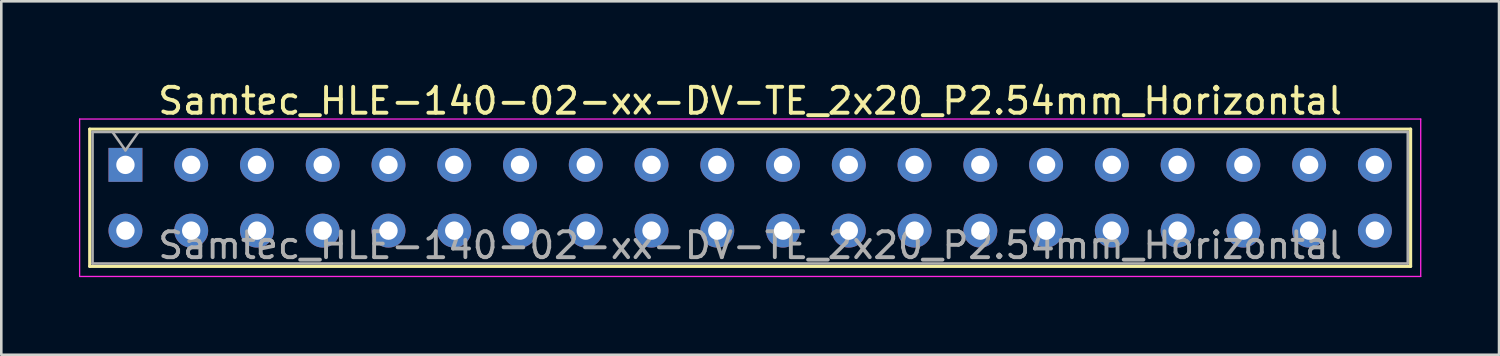
<source format=kicad_pcb>
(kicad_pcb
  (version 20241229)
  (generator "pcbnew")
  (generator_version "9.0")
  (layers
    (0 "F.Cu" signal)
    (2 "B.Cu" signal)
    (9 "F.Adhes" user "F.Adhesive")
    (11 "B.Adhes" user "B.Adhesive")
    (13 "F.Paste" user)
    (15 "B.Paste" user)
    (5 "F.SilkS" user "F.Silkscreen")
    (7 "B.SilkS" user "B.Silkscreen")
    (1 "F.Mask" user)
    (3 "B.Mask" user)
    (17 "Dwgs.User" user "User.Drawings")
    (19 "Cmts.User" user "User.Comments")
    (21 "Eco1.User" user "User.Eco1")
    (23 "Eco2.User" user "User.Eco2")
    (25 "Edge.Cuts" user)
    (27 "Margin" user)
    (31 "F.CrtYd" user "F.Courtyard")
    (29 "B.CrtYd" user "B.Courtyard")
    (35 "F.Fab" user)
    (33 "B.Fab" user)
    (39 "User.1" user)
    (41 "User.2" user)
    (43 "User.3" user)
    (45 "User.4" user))
  (footprint "Samtec_HLE-140-02-xx-DV-TE_2x20_P2.54mm_Horizontal"
    (layer "F.Cu")
    (at 1.795 3.318)
    (property "Reference" "Samtec_HLE-140-02-xx-DV-TE_2x20_P2.54mm_Horizontal" (at 24.13 -2.47 0) (layer "F.SilkS") (effects (font (size 1 1) (thickness 0.15))))
    (attr through_hole)
    (fp_line (start -1.38 -1.38) (end 49.64 -1.38) (stroke (width 0.12) (type solid)) (layer "F.SilkS"))
    (fp_line (start -1.38 3.92) (end -1.38 -1.38) (stroke (width 0.12) (type solid)) (layer "F.SilkS"))
    (fp_line (start 49.64 -1.38) (end 49.64 3.92) (stroke (width 0.12) (type solid)) (layer "F.SilkS"))
    (fp_line (start 49.64 3.92) (end -1.38 3.92) (stroke (width 0.12) (type solid)) (layer "F.SilkS"))
    (fp_line (start -1.77 -1.77) (end 50.03 -1.77) (stroke (width 0.05) (type solid)) (layer "F.CrtYd"))
    (fp_line (start -1.77 4.31) (end -1.77 -1.77) (stroke (width 0.05) (type solid)) (layer "F.CrtYd"))
    (fp_line (start 50.03 -1.77) (end 50.03 4.31) (stroke (width 0.05) (type solid)) (layer "F.CrtYd"))
    (fp_line (start 50.03 4.31) (end -1.77 4.31) (stroke (width 0.05) (type solid)) (layer "F.CrtYd"))
    (fp_line (start -1.27 -1.27) (end 49.53 -1.27) (stroke (width 0.1) (type solid)) (layer "F.Fab"))
    (fp_line (start -1.27 3.81) (end -1.27 -1.27) (stroke (width 0.1) (type solid)) (layer "F.Fab"))
    (fp_line (start -0.5 -1.27) (end 0 -0.563) (stroke (width 0.1) (type solid)) (layer "F.Fab"))
    (fp_line (start 0 -0.563) (end 0.5 -1.27) (stroke (width 0.1) (type solid)) (layer "F.Fab"))
    (fp_line (start 49.53 -1.27) (end 49.53 3.81) (stroke (width 0.1) (type solid)) (layer "F.Fab"))
    (fp_line (start 49.53 3.81) (end -1.27 3.81) (stroke (width 0.1) (type solid)) (layer "F.Fab"))
    (fp_text user "${REFERENCE}" (at 24.13 3.11 0) (layer "F.Fab") (effects (font (size 1 1) (thickness 0.15))))
    (pad "1" thru_hole rect (at 0 0) (size 1.31 1.31) (drill 0.71) (layers "*.Cu" "*.Mask"))
    (pad "2" thru_hole circle (at 0 2.54) (size 1.31 1.31) (drill 0.71) (layers "*.Cu" "*.Mask"))
    (pad "3" thru_hole circle (at 2.54 0) (size 1.31 1.31) (drill 0.71) (layers "*.Cu" "*.Mask"))
    (pad "4" thru_hole circle (at 2.54 2.54) (size 1.31 1.31) (drill 0.71) (layers "*.Cu" "*.Mask"))
    (pad "5" thru_hole circle (at 5.08 0) (size 1.31 1.31) (drill 0.71) (layers "*.Cu" "*.Mask"))
    (pad "6" thru_hole circle (at 5.08 2.54) (size 1.31 1.31) (drill 0.71) (layers "*.Cu" "*.Mask"))
    (pad "7" thru_hole circle (at 7.62 0) (size 1.31 1.31) (drill 0.71) (layers "*.Cu" "*.Mask"))
    (pad "8" thru_hole circle (at 7.62 2.54) (size 1.31 1.31) (drill 0.71) (layers "*.Cu" "*.Mask"))
    (pad "9" thru_hole circle (at 10.16 0) (size 1.31 1.31) (drill 0.71) (layers "*.Cu" "*.Mask"))
    (pad "10" thru_hole circle (at 10.16 2.54) (size 1.31 1.31) (drill 0.71) (layers "*.Cu" "*.Mask"))
    (pad "11" thru_hole circle (at 12.7 0) (size 1.31 1.31) (drill 0.71) (layers "*.Cu" "*.Mask"))
    (pad "12" thru_hole circle (at 12.7 2.54) (size 1.31 1.31) (drill 0.71) (layers "*.Cu" "*.Mask"))
    (pad "13" thru_hole circle (at 15.24 0) (size 1.31 1.31) (drill 0.71) (layers "*.Cu" "*.Mask"))
    (pad "14" thru_hole circle (at 15.24 2.54) (size 1.31 1.31) (drill 0.71) (layers "*.Cu" "*.Mask"))
    (pad "15" thru_hole circle (at 17.78 0) (size 1.31 1.31) (drill 0.71) (layers "*.Cu" "*.Mask"))
    (pad "16" thru_hole circle (at 17.78 2.54) (size 1.31 1.31) (drill 0.71) (layers "*.Cu" "*.Mask"))
    (pad "17" thru_hole circle (at 20.32 0) (size 1.31 1.31) (drill 0.71) (layers "*.Cu" "*.Mask"))
    (pad "18" thru_hole circle (at 20.32 2.54) (size 1.31 1.31) (drill 0.71) (layers "*.Cu" "*.Mask"))
    (pad "19" thru_hole circle (at 22.86 0) (size 1.31 1.31) (drill 0.71) (layers "*.Cu" "*.Mask"))
    (pad "20" thru_hole circle (at 22.86 2.54) (size 1.31 1.31) (drill 0.71) (layers "*.Cu" "*.Mask"))
    (pad "21" thru_hole circle (at 25.4 0) (size 1.31 1.31) (drill 0.71) (layers "*.Cu" "*.Mask"))
    (pad "22" thru_hole circle (at 25.4 2.54) (size 1.31 1.31) (drill 0.71) (layers "*.Cu" "*.Mask"))
    (pad "23" thru_hole circle (at 27.94 0) (size 1.31 1.31) (drill 0.71) (layers "*.Cu" "*.Mask"))
    (pad "24" thru_hole circle (at 27.94 2.54) (size 1.31 1.31) (drill 0.71) (layers "*.Cu" "*.Mask"))
    (pad "25" thru_hole circle (at 30.48 0) (size 1.31 1.31) (drill 0.71) (layers "*.Cu" "*.Mask"))
    (pad "26" thru_hole circle (at 30.48 2.54) (size 1.31 1.31) (drill 0.71) (layers "*.Cu" "*.Mask"))
    (pad "27" thru_hole circle (at 33.02 0) (size 1.31 1.31) (drill 0.71) (layers "*.Cu" "*.Mask"))
    (pad "28" thru_hole circle (at 33.02 2.54) (size 1.31 1.31) (drill 0.71) (layers "*.Cu" "*.Mask"))
    (pad "29" thru_hole circle (at 35.56 0) (size 1.31 1.31) (drill 0.71) (layers "*.Cu" "*.Mask"))
    (pad "30" thru_hole circle (at 35.56 2.54) (size 1.31 1.31) (drill 0.71) (layers "*.Cu" "*.Mask"))
    (pad "31" thru_hole circle (at 38.1 0) (size 1.31 1.31) (drill 0.71) (layers "*.Cu" "*.Mask"))
    (pad "32" thru_hole circle (at 38.1 2.54) (size 1.31 1.31) (drill 0.71) (layers "*.Cu" "*.Mask"))
    (pad "33" thru_hole circle (at 40.64 0) (size 1.31 1.31) (drill 0.71) (layers "*.Cu" "*.Mask"))
    (pad "34" thru_hole circle (at 40.64 2.54) (size 1.31 1.31) (drill 0.71) (layers "*.Cu" "*.Mask"))
    (pad "35" thru_hole circle (at 43.18 0) (size 1.31 1.31) (drill 0.71) (layers "*.Cu" "*.Mask"))
    (pad "36" thru_hole circle (at 43.18 2.54) (size 1.31 1.31) (drill 0.71) (layers "*.Cu" "*.Mask"))
    (pad "37" thru_hole circle (at 45.72 0) (size 1.31 1.31) (drill 0.71) (layers "*.Cu" "*.Mask"))
    (pad "38" thru_hole circle (at 45.72 2.54) (size 1.31 1.31) (drill 0.71) (layers "*.Cu" "*.Mask"))
    (pad "39" thru_hole circle (at 48.26 0) (size 1.31 1.31) (drill 0.71) (layers "*.Cu" "*.Mask"))
    (pad "40" thru_hole circle (at 48.26 2.54) (size 1.31 1.31) (drill 0.71) (layers "*.Cu" "*.Mask")))
  (gr_rect
    (start -3 -3)
    (end 54.85 10.653)
    (stroke (width 0.1) (type default))
    (fill no)
    (layer "Edge.Cuts")))
</source>
